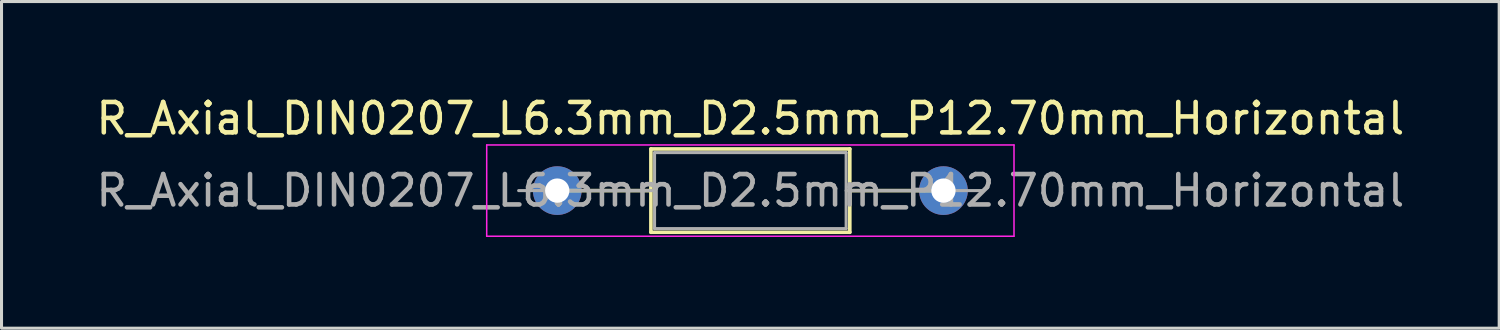
<source format=kicad_pcb>
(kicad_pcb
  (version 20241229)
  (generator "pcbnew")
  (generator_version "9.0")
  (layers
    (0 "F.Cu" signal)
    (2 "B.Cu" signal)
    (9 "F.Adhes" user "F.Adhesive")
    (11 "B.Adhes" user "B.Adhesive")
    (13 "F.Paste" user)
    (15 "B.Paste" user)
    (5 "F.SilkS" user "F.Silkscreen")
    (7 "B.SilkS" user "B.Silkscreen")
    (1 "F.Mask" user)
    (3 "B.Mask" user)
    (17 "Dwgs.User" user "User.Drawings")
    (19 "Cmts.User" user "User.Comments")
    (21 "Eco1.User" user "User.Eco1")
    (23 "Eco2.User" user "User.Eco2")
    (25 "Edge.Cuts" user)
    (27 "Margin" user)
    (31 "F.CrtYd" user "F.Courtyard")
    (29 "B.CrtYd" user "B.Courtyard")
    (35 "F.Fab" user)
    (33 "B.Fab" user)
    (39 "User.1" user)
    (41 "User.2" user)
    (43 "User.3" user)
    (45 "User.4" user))
  (footprint "R_Axial_DIN0207_L6.3mm_D2.5mm_P12.70mm_Horizontal"
    (layer "F.Cu")
    (at 14.005 3.218)
    (property "Reference" "R_Axial_DIN0207_L6.3mm_D2.5mm_P12.70mm_Horizontal" (at 7.62 -2.37 0) (layer "F.SilkS") (effects (font (size 1 1) (thickness 0.15))))
    (attr through_hole)
    (fp_line (start 1.04 0) (end 4.35 0) (stroke (width 0.12) (type solid)) (layer "F.SilkS"))
    (fp_line (start 4.35 -1.37) (end 4.35 1.37) (stroke (width 0.12) (type solid)) (layer "F.SilkS"))
    (fp_line (start 4.35 1.37) (end 10.89 1.37) (stroke (width 0.12) (type solid)) (layer "F.SilkS"))
    (fp_line (start 10.89 -1.37) (end 4.35 -1.37) (stroke (width 0.12) (type solid)) (layer "F.SilkS"))
    (fp_line (start 10.89 1.37) (end 10.89 -1.37) (stroke (width 0.12) (type solid)) (layer "F.SilkS"))
    (fp_line (start 14.2 0) (end 10.89 0) (stroke (width 0.12) (type solid)) (layer "F.SilkS"))
    (fp_line (start -1.05 -1.5) (end -1.05 1.5) (stroke (width 0.05) (type solid)) (layer "F.CrtYd"))
    (fp_line (start -1.05 1.5) (end 16.29 1.5) (stroke (width 0.05) (type solid)) (layer "F.CrtYd"))
    (fp_line (start 16.29 -1.5) (end -1.05 -1.5) (stroke (width 0.05) (type solid)) (layer "F.CrtYd"))
    (fp_line (start 16.29 1.5) (end 16.29 -1.5) (stroke (width 0.05) (type solid)) (layer "F.CrtYd"))
    (fp_line (start 0 0) (end 4.47 0) (stroke (width 0.1) (type solid)) (layer "F.Fab"))
    (fp_line (start 4.47 -1.25) (end 4.47 1.25) (stroke (width 0.1) (type solid)) (layer "F.Fab"))
    (fp_line (start 4.47 1.25) (end 10.77 1.25) (stroke (width 0.1) (type solid)) (layer "F.Fab"))
    (fp_line (start 10.77 -1.25) (end 4.47 -1.25) (stroke (width 0.1) (type solid)) (layer "F.Fab"))
    (fp_line (start 10.77 1.25) (end 10.77 -1.25) (stroke (width 0.1) (type solid)) (layer "F.Fab"))
    (fp_line (start 15.24 0) (end 10.77 0) (stroke (width 0.1) (type solid)) (layer "F.Fab"))
    (fp_text user "${REFERENCE}" (at 7.62 0 0) (layer "F.Fab") (effects (font (size 1 1) (thickness 0.15))))
    (pad "1" thru_hole circle (at 1.27 0) (size 1.6 1.6) (drill 0.8) (layers "*.Cu" "*.Mask"))
    (pad "2" thru_hole oval (at 13.97 0) (size 1.6 1.6) (drill 0.8) (layers "*.Cu" "*.Mask")))
  (gr_rect
    (start -3 -3)
    (end 46.25 7.743)
    (stroke (width 0.1) (type default))
    (fill no)
    (layer "Edge.Cuts")))
</source>
